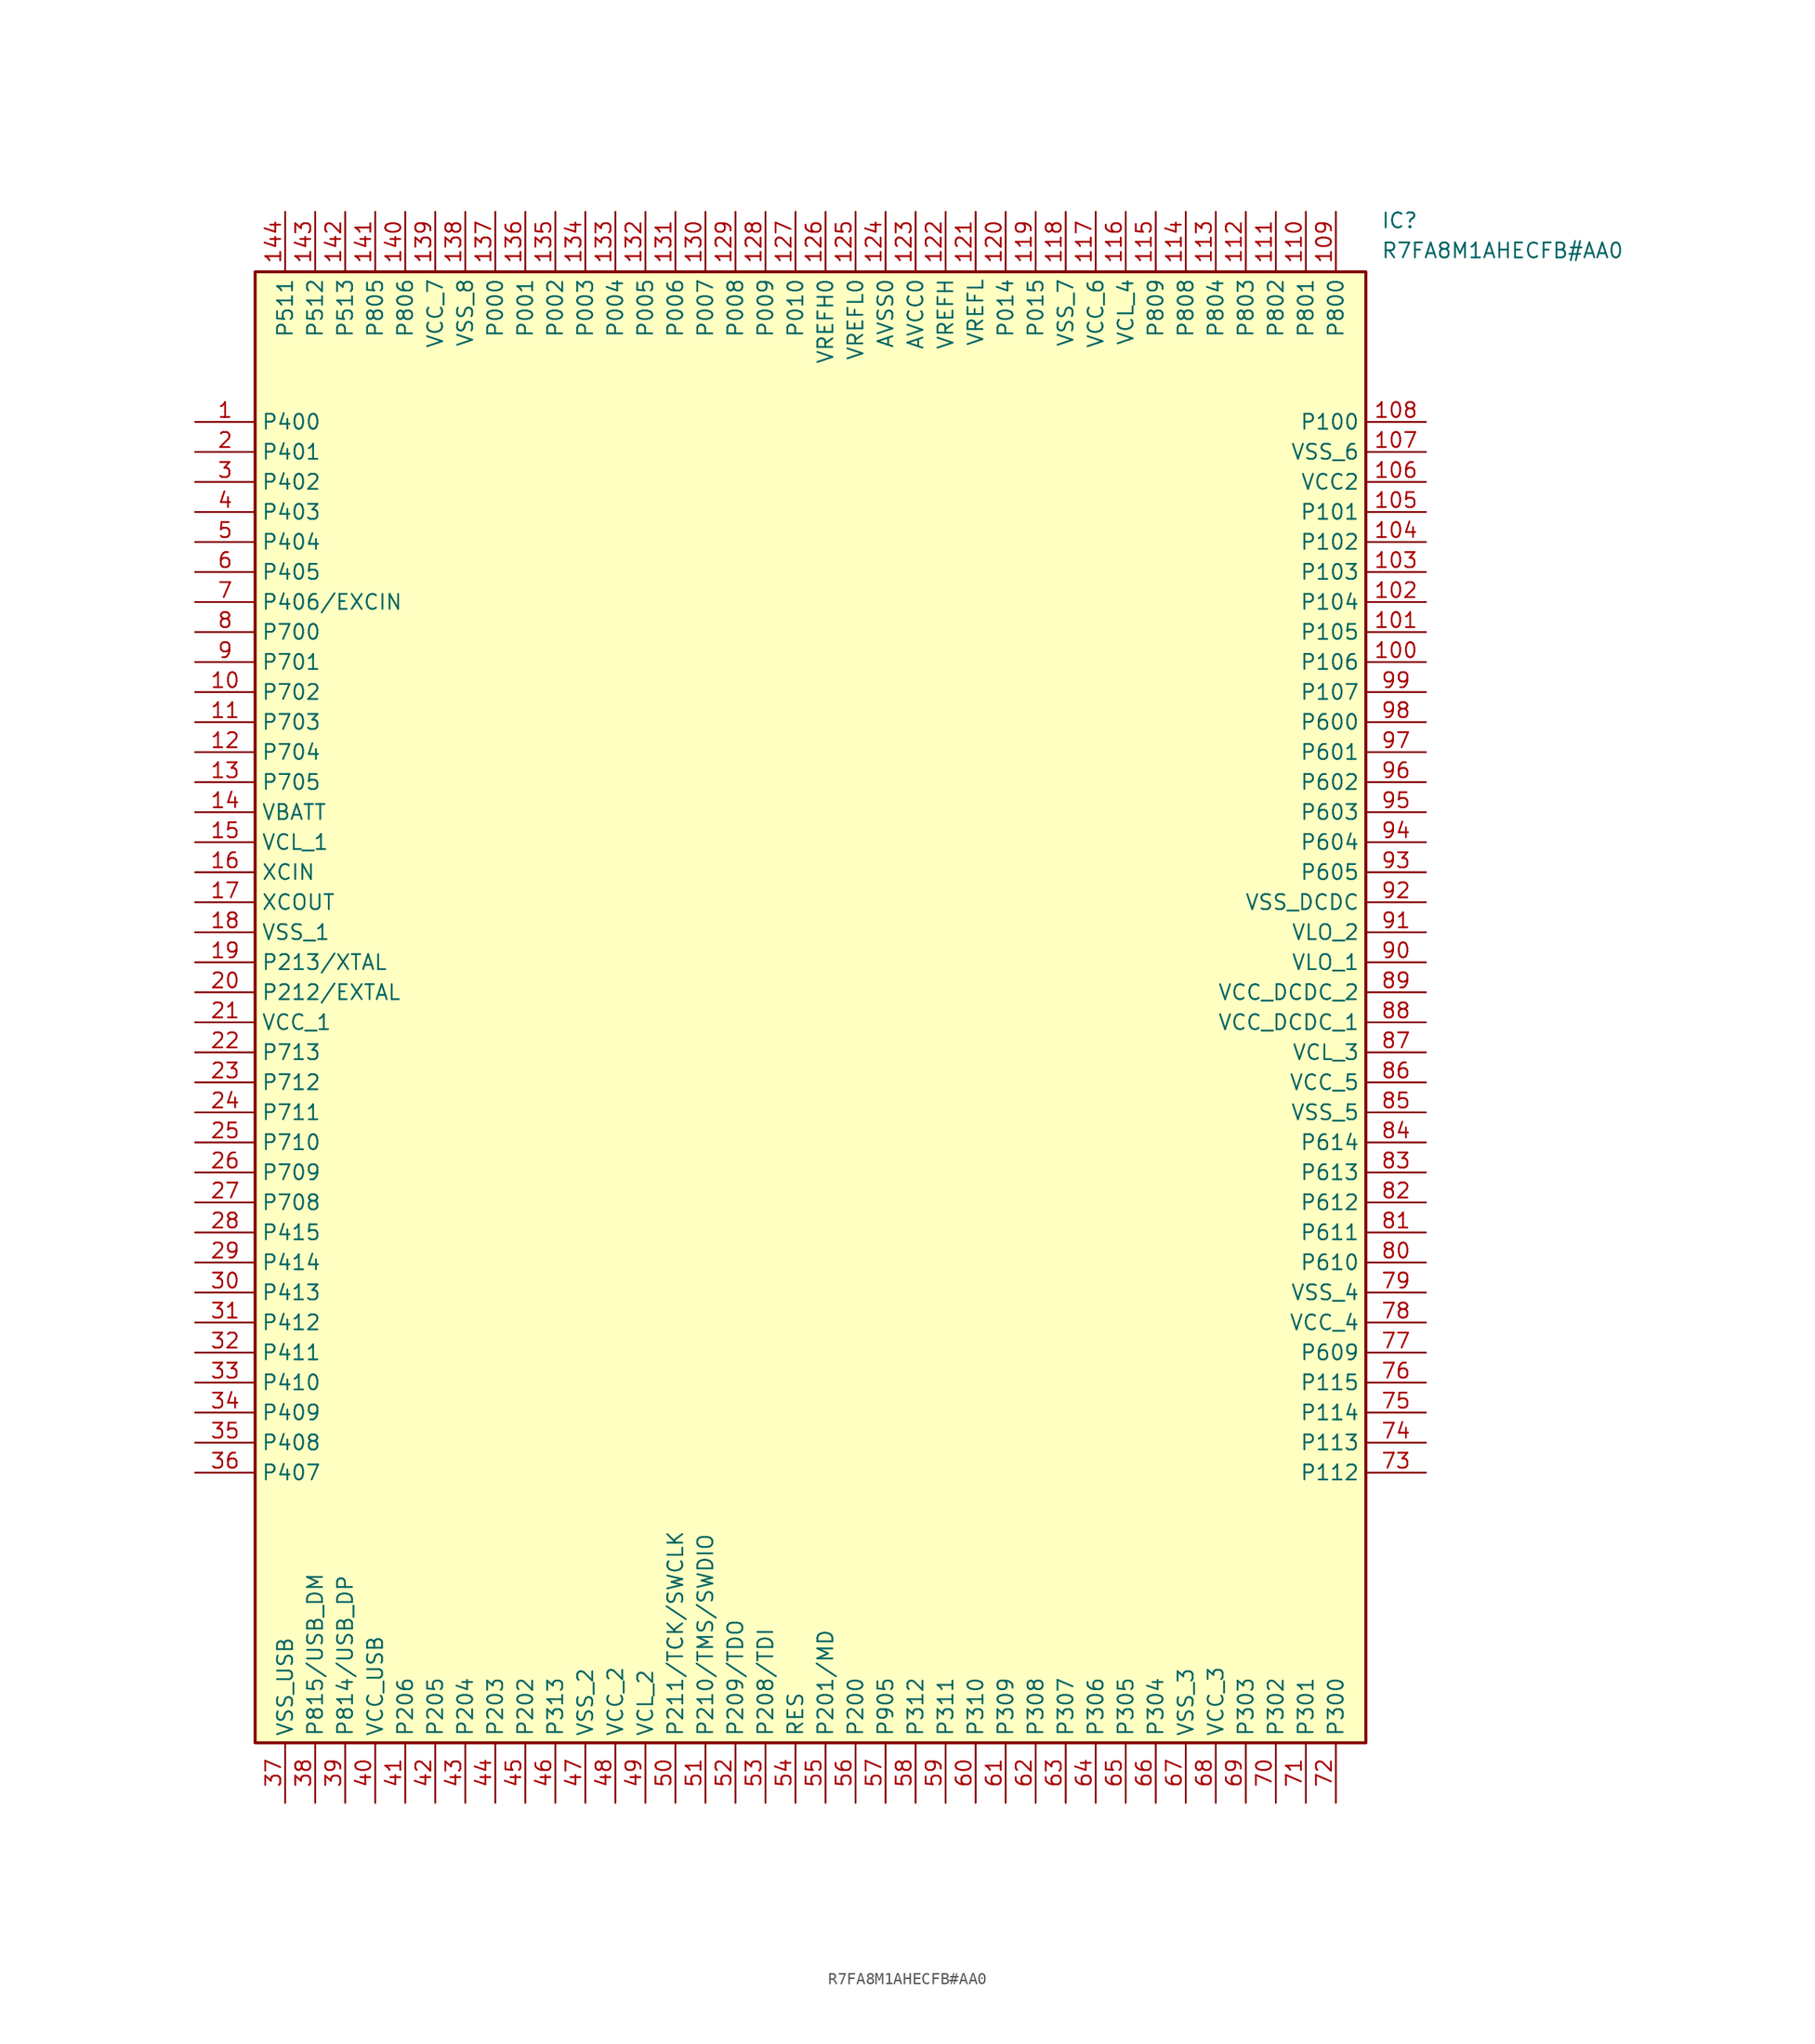
<source format=kicad_sym>
(kicad_symbol_lib
  (version 20220914)
  (generator kicad_symbol_editor)
  (symbol "R7FA8M1AHECFB#AA0"
    (property "Reference" "IC"
      (at 100.33 17.78 0)
      (effects (font (size 1.27 1.27)) (justify left top)))
    (property "Value" "R7FA8M1AHECFB#AA0"
      (at 100.33 15.24 0)
      (effects (font (size 1.27 1.27)) (justify left top)))
    (symbol "R7FA8M1AHECFB#AA0_1_1"
      (rectangle (start 5.08 12.7) (end 99.06 -111.76) (stroke (width 0.254) (type default)) (fill (type background)))
      (pin passive line (at 0 0 0) (length 5.08) (name "P400" (effects (font (size 1.27 1.27)))) (number "1" (effects (font (size 1.27 1.27)))))
      (pin passive line (at 0 -22.86 0) (length 5.08) (name "P702" (effects (font (size 1.27 1.27)))) (number "10" (effects (font (size 1.27 1.27)))))
      (pin passive line (at 104.14 -20.32 180) (length 5.08) (name "P106" (effects (font (size 1.27 1.27)))) (number "100" (effects (font (size 1.27 1.27)))))
      (pin passive line (at 104.14 -17.78 180) (length 5.08) (name "P105" (effects (font (size 1.27 1.27)))) (number "101" (effects (font (size 1.27 1.27)))))
      (pin passive line (at 104.14 -15.24 180) (length 5.08) (name "P104" (effects (font (size 1.27 1.27)))) (number "102" (effects (font (size 1.27 1.27)))))
      (pin passive line (at 104.14 -12.7 180) (length 5.08) (name "P103" (effects (font (size 1.27 1.27)))) (number "103" (effects (font (size 1.27 1.27)))))
      (pin passive line (at 104.14 -10.16 180) (length 5.08) (name "P102" (effects (font (size 1.27 1.27)))) (number "104" (effects (font (size 1.27 1.27)))))
      (pin passive line (at 104.14 -7.62 180) (length 5.08) (name "P101" (effects (font (size 1.27 1.27)))) (number "105" (effects (font (size 1.27 1.27)))))
      (pin passive line (at 104.14 -5.08 180) (length 5.08) (name "VCC2" (effects (font (size 1.27 1.27)))) (number "106" (effects (font (size 1.27 1.27)))))
      (pin passive line (at 104.14 -2.54 180) (length 5.08) (name "VSS_6" (effects (font (size 1.27 1.27)))) (number "107" (effects (font (size 1.27 1.27)))))
      (pin passive line (at 104.14 0 180) (length 5.08) (name "P100" (effects (font (size 1.27 1.27)))) (number "108" (effects (font (size 1.27 1.27)))))
      (pin passive line (at 96.52 17.78 270) (length 5.08) (name "P800" (effects (font (size 1.27 1.27)))) (number "109" (effects (font (size 1.27 1.27)))))
      (pin passive line (at 0 -25.4 0) (length 5.08) (name "P703" (effects (font (size 1.27 1.27)))) (number "11" (effects (font (size 1.27 1.27)))))
      (pin passive line (at 93.98 17.78 270) (length 5.08) (name "P801" (effects (font (size 1.27 1.27)))) (number "110" (effects (font (size 1.27 1.27)))))
      (pin passive line (at 91.44 17.78 270) (length 5.08) (name "P802" (effects (font (size 1.27 1.27)))) (number "111" (effects (font (size 1.27 1.27)))))
      (pin passive line (at 88.9 17.78 270) (length 5.08) (name "P803" (effects (font (size 1.27 1.27)))) (number "112" (effects (font (size 1.27 1.27)))))
      (pin passive line (at 86.36 17.78 270) (length 5.08) (name "P804" (effects (font (size 1.27 1.27)))) (number "113" (effects (font (size 1.27 1.27)))))
      (pin passive line (at 83.82 17.78 270) (length 5.08) (name "P808" (effects (font (size 1.27 1.27)))) (number "114" (effects (font (size 1.27 1.27)))))
      (pin passive line (at 81.28 17.78 270) (length 5.08) (name "P809" (effects (font (size 1.27 1.27)))) (number "115" (effects (font (size 1.27 1.27)))))
      (pin passive line (at 78.74 17.78 270) (length 5.08) (name "VCL_4" (effects (font (size 1.27 1.27)))) (number "116" (effects (font (size 1.27 1.27)))))
      (pin passive line (at 76.2 17.78 270) (length 5.08) (name "VCC_6" (effects (font (size 1.27 1.27)))) (number "117" (effects (font (size 1.27 1.27)))))
      (pin passive line (at 73.66 17.78 270) (length 5.08) (name "VSS_7" (effects (font (size 1.27 1.27)))) (number "118" (effects (font (size 1.27 1.27)))))
      (pin passive line (at 71.12 17.78 270) (length 5.08) (name "P015" (effects (font (size 1.27 1.27)))) (number "119" (effects (font (size 1.27 1.27)))))
      (pin passive line (at 0 -27.94 0) (length 5.08) (name "P704" (effects (font (size 1.27 1.27)))) (number "12" (effects (font (size 1.27 1.27)))))
      (pin passive line (at 68.58 17.78 270) (length 5.08) (name "P014" (effects (font (size 1.27 1.27)))) (number "120" (effects (font (size 1.27 1.27)))))
      (pin passive line (at 66.04 17.78 270) (length 5.08) (name "VREFL" (effects (font (size 1.27 1.27)))) (number "121" (effects (font (size 1.27 1.27)))))
      (pin passive line (at 63.5 17.78 270) (length 5.08) (name "VREFH" (effects (font (size 1.27 1.27)))) (number "122" (effects (font (size 1.27 1.27)))))
      (pin passive line (at 60.96 17.78 270) (length 5.08) (name "AVCC0" (effects (font (size 1.27 1.27)))) (number "123" (effects (font (size 1.27 1.27)))))
      (pin passive line (at 58.42 17.78 270) (length 5.08) (name "AVSS0" (effects (font (size 1.27 1.27)))) (number "124" (effects (font (size 1.27 1.27)))))
      (pin passive line (at 55.88 17.78 270) (length 5.08) (name "VREFL0" (effects (font (size 1.27 1.27)))) (number "125" (effects (font (size 1.27 1.27)))))
      (pin passive line (at 53.34 17.78 270) (length 5.08) (name "VREFH0" (effects (font (size 1.27 1.27)))) (number "126" (effects (font (size 1.27 1.27)))))
      (pin passive line (at 50.8 17.78 270) (length 5.08) (name "P010" (effects (font (size 1.27 1.27)))) (number "127" (effects (font (size 1.27 1.27)))))
      (pin passive line (at 48.26 17.78 270) (length 5.08) (name "P009" (effects (font (size 1.27 1.27)))) (number "128" (effects (font (size 1.27 1.27)))))
      (pin passive line (at 45.72 17.78 270) (length 5.08) (name "P008" (effects (font (size 1.27 1.27)))) (number "129" (effects (font (size 1.27 1.27)))))
      (pin passive line (at 0 -30.48 0) (length 5.08) (name "P705" (effects (font (size 1.27 1.27)))) (number "13" (effects (font (size 1.27 1.27)))))
      (pin passive line (at 43.18 17.78 270) (length 5.08) (name "P007" (effects (font (size 1.27 1.27)))) (number "130" (effects (font (size 1.27 1.27)))))
      (pin passive line (at 40.64 17.78 270) (length 5.08) (name "P006" (effects (font (size 1.27 1.27)))) (number "131" (effects (font (size 1.27 1.27)))))
      (pin passive line (at 38.1 17.78 270) (length 5.08) (name "P005" (effects (font (size 1.27 1.27)))) (number "132" (effects (font (size 1.27 1.27)))))
      (pin passive line (at 35.56 17.78 270) (length 5.08) (name "P004" (effects (font (size 1.27 1.27)))) (number "133" (effects (font (size 1.27 1.27)))))
      (pin passive line (at 33.02 17.78 270) (length 5.08) (name "P003" (effects (font (size 1.27 1.27)))) (number "134" (effects (font (size 1.27 1.27)))))
      (pin passive line (at 30.48 17.78 270) (length 5.08) (name "P002" (effects (font (size 1.27 1.27)))) (number "135" (effects (font (size 1.27 1.27)))))
      (pin passive line (at 27.94 17.78 270) (length 5.08) (name "P001" (effects (font (size 1.27 1.27)))) (number "136" (effects (font (size 1.27 1.27)))))
      (pin passive line (at 25.4 17.78 270) (length 5.08) (name "P000" (effects (font (size 1.27 1.27)))) (number "137" (effects (font (size 1.27 1.27)))))
      (pin passive line (at 22.86 17.78 270) (length 5.08) (name "VSS_8" (effects (font (size 1.27 1.27)))) (number "138" (effects (font (size 1.27 1.27)))))
      (pin passive line (at 20.32 17.78 270) (length 5.08) (name "VCC_7" (effects (font (size 1.27 1.27)))) (number "139" (effects (font (size 1.27 1.27)))))
      (pin passive line (at 0 -33.02 0) (length 5.08) (name "VBATT" (effects (font (size 1.27 1.27)))) (number "14" (effects (font (size 1.27 1.27)))))
      (pin passive line (at 17.78 17.78 270) (length 5.08) (name "P806" (effects (font (size 1.27 1.27)))) (number "140" (effects (font (size 1.27 1.27)))))
      (pin passive line (at 15.24 17.78 270) (length 5.08) (name "P805" (effects (font (size 1.27 1.27)))) (number "141" (effects (font (size 1.27 1.27)))))
      (pin passive line (at 12.7 17.78 270) (length 5.08) (name "P513" (effects (font (size 1.27 1.27)))) (number "142" (effects (font (size 1.27 1.27)))))
      (pin passive line (at 10.16 17.78 270) (length 5.08) (name "P512" (effects (font (size 1.27 1.27)))) (number "143" (effects (font (size 1.27 1.27)))))
      (pin passive line (at 7.62 17.78 270) (length 5.08) (name "P511" (effects (font (size 1.27 1.27)))) (number "144" (effects (font (size 1.27 1.27)))))
      (pin passive line (at 0 -35.56 0) (length 5.08) (name "VCL_1" (effects (font (size 1.27 1.27)))) (number "15" (effects (font (size 1.27 1.27)))))
      (pin passive line (at 0 -38.1 0) (length 5.08) (name "XCIN" (effects (font (size 1.27 1.27)))) (number "16" (effects (font (size 1.27 1.27)))))
      (pin passive line (at 0 -40.64 0) (length 5.08) (name "XCOUT" (effects (font (size 1.27 1.27)))) (number "17" (effects (font (size 1.27 1.27)))))
      (pin passive line (at 0 -43.18 0) (length 5.08) (name "VSS_1" (effects (font (size 1.27 1.27)))) (number "18" (effects (font (size 1.27 1.27)))))
      (pin passive line (at 0 -45.72 0) (length 5.08) (name "P213/XTAL" (effects (font (size 1.27 1.27)))) (number "19" (effects (font (size 1.27 1.27)))))
      (pin passive line (at 0 -2.54 0) (length 5.08) (name "P401" (effects (font (size 1.27 1.27)))) (number "2" (effects (font (size 1.27 1.27)))))
      (pin passive line (at 0 -48.26 0) (length 5.08) (name "P212/EXTAL" (effects (font (size 1.27 1.27)))) (number "20" (effects (font (size 1.27 1.27)))))
      (pin passive line (at 0 -50.8 0) (length 5.08) (name "VCC_1" (effects (font (size 1.27 1.27)))) (number "21" (effects (font (size 1.27 1.27)))))
      (pin passive line (at 0 -53.34 0) (length 5.08) (name "P713" (effects (font (size 1.27 1.27)))) (number "22" (effects (font (size 1.27 1.27)))))
      (pin passive line (at 0 -55.88 0) (length 5.08) (name "P712" (effects (font (size 1.27 1.27)))) (number "23" (effects (font (size 1.27 1.27)))))
      (pin passive line (at 0 -58.42 0) (length 5.08) (name "P711" (effects (font (size 1.27 1.27)))) (number "24" (effects (font (size 1.27 1.27)))))
      (pin passive line (at 0 -60.96 0) (length 5.08) (name "P710" (effects (font (size 1.27 1.27)))) (number "25" (effects (font (size 1.27 1.27)))))
      (pin passive line (at 0 -63.5 0) (length 5.08) (name "P709" (effects (font (size 1.27 1.27)))) (number "26" (effects (font (size 1.27 1.27)))))
      (pin passive line (at 0 -66.04 0) (length 5.08) (name "P708" (effects (font (size 1.27 1.27)))) (number "27" (effects (font (size 1.27 1.27)))))
      (pin passive line (at 0 -68.58 0) (length 5.08) (name "P415" (effects (font (size 1.27 1.27)))) (number "28" (effects (font (size 1.27 1.27)))))
      (pin passive line (at 0 -71.12 0) (length 5.08) (name "P414" (effects (font (size 1.27 1.27)))) (number "29" (effects (font (size 1.27 1.27)))))
      (pin passive line (at 0 -5.08 0) (length 5.08) (name "P402" (effects (font (size 1.27 1.27)))) (number "3" (effects (font (size 1.27 1.27)))))
      (pin passive line (at 0 -73.66 0) (length 5.08) (name "P413" (effects (font (size 1.27 1.27)))) (number "30" (effects (font (size 1.27 1.27)))))
      (pin passive line (at 0 -76.2 0) (length 5.08) (name "P412" (effects (font (size 1.27 1.27)))) (number "31" (effects (font (size 1.27 1.27)))))
      (pin passive line (at 0 -78.74 0) (length 5.08) (name "P411" (effects (font (size 1.27 1.27)))) (number "32" (effects (font (size 1.27 1.27)))))
      (pin passive line (at 0 -81.28 0) (length 5.08) (name "P410" (effects (font (size 1.27 1.27)))) (number "33" (effects (font (size 1.27 1.27)))))
      (pin passive line (at 0 -83.82 0) (length 5.08) (name "P409" (effects (font (size 1.27 1.27)))) (number "34" (effects (font (size 1.27 1.27)))))
      (pin passive line (at 0 -86.36 0) (length 5.08) (name "P408" (effects (font (size 1.27 1.27)))) (number "35" (effects (font (size 1.27 1.27)))))
      (pin passive line (at 0 -88.9 0) (length 5.08) (name "P407" (effects (font (size 1.27 1.27)))) (number "36" (effects (font (size 1.27 1.27)))))
      (pin passive line (at 7.62 -116.84 90) (length 5.08) (name "VSS_USB" (effects (font (size 1.27 1.27)))) (number "37" (effects (font (size 1.27 1.27)))))
      (pin passive line (at 10.16 -116.84 90) (length 5.08) (name "P815/USB_DM" (effects (font (size 1.27 1.27)))) (number "38" (effects (font (size 1.27 1.27)))))
      (pin passive line (at 12.7 -116.84 90) (length 5.08) (name "P814/USB_DP" (effects (font (size 1.27 1.27)))) (number "39" (effects (font (size 1.27 1.27)))))
      (pin passive line (at 0 -7.62 0) (length 5.08) (name "P403" (effects (font (size 1.27 1.27)))) (number "4" (effects (font (size 1.27 1.27)))))
      (pin passive line (at 15.24 -116.84 90) (length 5.08) (name "VCC_USB" (effects (font (size 1.27 1.27)))) (number "40" (effects (font (size 1.27 1.27)))))
      (pin passive line (at 17.78 -116.84 90) (length 5.08) (name "P206" (effects (font (size 1.27 1.27)))) (number "41" (effects (font (size 1.27 1.27)))))
      (pin passive line (at 20.32 -116.84 90) (length 5.08) (name "P205" (effects (font (size 1.27 1.27)))) (number "42" (effects (font (size 1.27 1.27)))))
      (pin passive line (at 22.86 -116.84 90) (length 5.08) (name "P204" (effects (font (size 1.27 1.27)))) (number "43" (effects (font (size 1.27 1.27)))))
      (pin passive line (at 25.4 -116.84 90) (length 5.08) (name "P203" (effects (font (size 1.27 1.27)))) (number "44" (effects (font (size 1.27 1.27)))))
      (pin passive line (at 27.94 -116.84 90) (length 5.08) (name "P202" (effects (font (size 1.27 1.27)))) (number "45" (effects (font (size 1.27 1.27)))))
      (pin passive line (at 30.48 -116.84 90) (length 5.08) (name "P313" (effects (font (size 1.27 1.27)))) (number "46" (effects (font (size 1.27 1.27)))))
      (pin passive line (at 33.02 -116.84 90) (length 5.08) (name "VSS_2" (effects (font (size 1.27 1.27)))) (number "47" (effects (font (size 1.27 1.27)))))
      (pin passive line (at 35.56 -116.84 90) (length 5.08) (name "VCC_2" (effects (font (size 1.27 1.27)))) (number "48" (effects (font (size 1.27 1.27)))))
      (pin passive line (at 38.1 -116.84 90) (length 5.08) (name "VCL_2" (effects (font (size 1.27 1.27)))) (number "49" (effects (font (size 1.27 1.27)))))
      (pin passive line (at 0 -10.16 0) (length 5.08) (name "P404" (effects (font (size 1.27 1.27)))) (number "5" (effects (font (size 1.27 1.27)))))
      (pin passive line (at 40.64 -116.84 90) (length 5.08) (name "P211/TCK/SWCLK" (effects (font (size 1.27 1.27)))) (number "50" (effects (font (size 1.27 1.27)))))
      (pin passive line (at 43.18 -116.84 90) (length 5.08) (name "P210/TMS/SWDIO" (effects (font (size 1.27 1.27)))) (number "51" (effects (font (size 1.27 1.27)))))
      (pin passive line (at 45.72 -116.84 90) (length 5.08) (name "P209/TDO" (effects (font (size 1.27 1.27)))) (number "52" (effects (font (size 1.27 1.27)))))
      (pin passive line (at 48.26 -116.84 90) (length 5.08) (name "P208/TDI" (effects (font (size 1.27 1.27)))) (number "53" (effects (font (size 1.27 1.27)))))
      (pin passive line (at 50.8 -116.84 90) (length 5.08) (name "RES" (effects (font (size 1.27 1.27)))) (number "54" (effects (font (size 1.27 1.27)))))
      (pin passive line (at 53.34 -116.84 90) (length 5.08) (name "P201/MD" (effects (font (size 1.27 1.27)))) (number "55" (effects (font (size 1.27 1.27)))))
      (pin passive line (at 55.88 -116.84 90) (length 5.08) (name "P200" (effects (font (size 1.27 1.27)))) (number "56" (effects (font (size 1.27 1.27)))))
      (pin passive line (at 58.42 -116.84 90) (length 5.08) (name "P905" (effects (font (size 1.27 1.27)))) (number "57" (effects (font (size 1.27 1.27)))))
      (pin passive line (at 60.96 -116.84 90) (length 5.08) (name "P312" (effects (font (size 1.27 1.27)))) (number "58" (effects (font (size 1.27 1.27)))))
      (pin passive line (at 63.5 -116.84 90) (length 5.08) (name "P311" (effects (font (size 1.27 1.27)))) (number "59" (effects (font (size 1.27 1.27)))))
      (pin passive line (at 0 -12.7 0) (length 5.08) (name "P405" (effects (font (size 1.27 1.27)))) (number "6" (effects (font (size 1.27 1.27)))))
      (pin passive line (at 66.04 -116.84 90) (length 5.08) (name "P310" (effects (font (size 1.27 1.27)))) (number "60" (effects (font (size 1.27 1.27)))))
      (pin passive line (at 68.58 -116.84 90) (length 5.08) (name "P309" (effects (font (size 1.27 1.27)))) (number "61" (effects (font (size 1.27 1.27)))))
      (pin passive line (at 71.12 -116.84 90) (length 5.08) (name "P308" (effects (font (size 1.27 1.27)))) (number "62" (effects (font (size 1.27 1.27)))))
      (pin passive line (at 73.66 -116.84 90) (length 5.08) (name "P307" (effects (font (size 1.27 1.27)))) (number "63" (effects (font (size 1.27 1.27)))))
      (pin passive line (at 76.2 -116.84 90) (length 5.08) (name "P306" (effects (font (size 1.27 1.27)))) (number "64" (effects (font (size 1.27 1.27)))))
      (pin passive line (at 78.74 -116.84 90) (length 5.08) (name "P305" (effects (font (size 1.27 1.27)))) (number "65" (effects (font (size 1.27 1.27)))))
      (pin passive line (at 81.28 -116.84 90) (length 5.08) (name "P304" (effects (font (size 1.27 1.27)))) (number "66" (effects (font (size 1.27 1.27)))))
      (pin passive line (at 83.82 -116.84 90) (length 5.08) (name "VSS_3" (effects (font (size 1.27 1.27)))) (number "67" (effects (font (size 1.27 1.27)))))
      (pin passive line (at 86.36 -116.84 90) (length 5.08) (name "VCC_3" (effects (font (size 1.27 1.27)))) (number "68" (effects (font (size 1.27 1.27)))))
      (pin passive line (at 88.9 -116.84 90) (length 5.08) (name "P303" (effects (font (size 1.27 1.27)))) (number "69" (effects (font (size 1.27 1.27)))))
      (pin passive line (at 0 -15.24 0) (length 5.08) (name "P406/EXCIN" (effects (font (size 1.27 1.27)))) (number "7" (effects (font (size 1.27 1.27)))))
      (pin passive line (at 91.44 -116.84 90) (length 5.08) (name "P302" (effects (font (size 1.27 1.27)))) (number "70" (effects (font (size 1.27 1.27)))))
      (pin passive line (at 93.98 -116.84 90) (length 5.08) (name "P301" (effects (font (size 1.27 1.27)))) (number "71" (effects (font (size 1.27 1.27)))))
      (pin passive line (at 96.52 -116.84 90) (length 5.08) (name "P300" (effects (font (size 1.27 1.27)))) (number "72" (effects (font (size 1.27 1.27)))))
      (pin passive line (at 104.14 -88.9 180) (length 5.08) (name "P112" (effects (font (size 1.27 1.27)))) (number "73" (effects (font (size 1.27 1.27)))))
      (pin passive line (at 104.14 -86.36 180) (length 5.08) (name "P113" (effects (font (size 1.27 1.27)))) (number "74" (effects (font (size 1.27 1.27)))))
      (pin passive line (at 104.14 -83.82 180) (length 5.08) (name "P114" (effects (font (size 1.27 1.27)))) (number "75" (effects (font (size 1.27 1.27)))))
      (pin passive line (at 104.14 -81.28 180) (length 5.08) (name "P115" (effects (font (size 1.27 1.27)))) (number "76" (effects (font (size 1.27 1.27)))))
      (pin passive line (at 104.14 -78.74 180) (length 5.08) (name "P609" (effects (font (size 1.27 1.27)))) (number "77" (effects (font (size 1.27 1.27)))))
      (pin passive line (at 104.14 -76.2 180) (length 5.08) (name "VCC_4" (effects (font (size 1.27 1.27)))) (number "78" (effects (font (size 1.27 1.27)))))
      (pin passive line (at 104.14 -73.66 180) (length 5.08) (name "VSS_4" (effects (font (size 1.27 1.27)))) (number "79" (effects (font (size 1.27 1.27)))))
      (pin passive line (at 0 -17.78 0) (length 5.08) (name "P700" (effects (font (size 1.27 1.27)))) (number "8" (effects (font (size 1.27 1.27)))))
      (pin passive line (at 104.14 -71.12 180) (length 5.08) (name "P610" (effects (font (size 1.27 1.27)))) (number "80" (effects (font (size 1.27 1.27)))))
      (pin passive line (at 104.14 -68.58 180) (length 5.08) (name "P611" (effects (font (size 1.27 1.27)))) (number "81" (effects (font (size 1.27 1.27)))))
      (pin passive line (at 104.14 -66.04 180) (length 5.08) (name "P612" (effects (font (size 1.27 1.27)))) (number "82" (effects (font (size 1.27 1.27)))))
      (pin passive line (at 104.14 -63.5 180) (length 5.08) (name "P613" (effects (font (size 1.27 1.27)))) (number "83" (effects (font (size 1.27 1.27)))))
      (pin passive line (at 104.14 -60.96 180) (length 5.08) (name "P614" (effects (font (size 1.27 1.27)))) (number "84" (effects (font (size 1.27 1.27)))))
      (pin passive line (at 104.14 -58.42 180) (length 5.08) (name "VSS_5" (effects (font (size 1.27 1.27)))) (number "85" (effects (font (size 1.27 1.27)))))
      (pin passive line (at 104.14 -55.88 180) (length 5.08) (name "VCC_5" (effects (font (size 1.27 1.27)))) (number "86" (effects (font (size 1.27 1.27)))))
      (pin passive line (at 104.14 -53.34 180) (length 5.08) (name "VCL_3" (effects (font (size 1.27 1.27)))) (number "87" (effects (font (size 1.27 1.27)))))
      (pin passive line (at 104.14 -50.8 180) (length 5.08) (name "VCC_DCDC_1" (effects (font (size 1.27 1.27)))) (number "88" (effects (font (size 1.27 1.27)))))
      (pin passive line (at 104.14 -48.26 180) (length 5.08) (name "VCC_DCDC_2" (effects (font (size 1.27 1.27)))) (number "89" (effects (font (size 1.27 1.27)))))
      (pin passive line (at 0 -20.32 0) (length 5.08) (name "P701" (effects (font (size 1.27 1.27)))) (number "9" (effects (font (size 1.27 1.27)))))
      (pin passive line (at 104.14 -45.72 180) (length 5.08) (name "VLO_1" (effects (font (size 1.27 1.27)))) (number "90" (effects (font (size 1.27 1.27)))))
      (pin passive line (at 104.14 -43.18 180) (length 5.08) (name "VLO_2" (effects (font (size 1.27 1.27)))) (number "91" (effects (font (size 1.27 1.27)))))
      (pin passive line (at 104.14 -40.64 180) (length 5.08) (name "VSS_DCDC" (effects (font (size 1.27 1.27)))) (number "92" (effects (font (size 1.27 1.27)))))
      (pin passive line (at 104.14 -38.1 180) (length 5.08) (name "P605" (effects (font (size 1.27 1.27)))) (number "93" (effects (font (size 1.27 1.27)))))
      (pin passive line (at 104.14 -35.56 180) (length 5.08) (name "P604" (effects (font (size 1.27 1.27)))) (number "94" (effects (font (size 1.27 1.27)))))
      (pin passive line (at 104.14 -33.02 180) (length 5.08) (name "P603" (effects (font (size 1.27 1.27)))) (number "95" (effects (font (size 1.27 1.27)))))
      (pin passive line (at 104.14 -30.48 180) (length 5.08) (name "P602" (effects (font (size 1.27 1.27)))) (number "96" (effects (font (size 1.27 1.27)))))
      (pin passive line (at 104.14 -27.94 180) (length 5.08) (name "P601" (effects (font (size 1.27 1.27)))) (number "97" (effects (font (size 1.27 1.27)))))
      (pin passive line (at 104.14 -25.4 180) (length 5.08) (name "P600" (effects (font (size 1.27 1.27)))) (number "98" (effects (font (size 1.27 1.27)))))
      (pin passive line (at 104.14 -22.86 180) (length 5.08) (name "P107" (effects (font (size 1.27 1.27)))) (number "99" (effects (font (size 1.27 1.27))))))))
</source>
